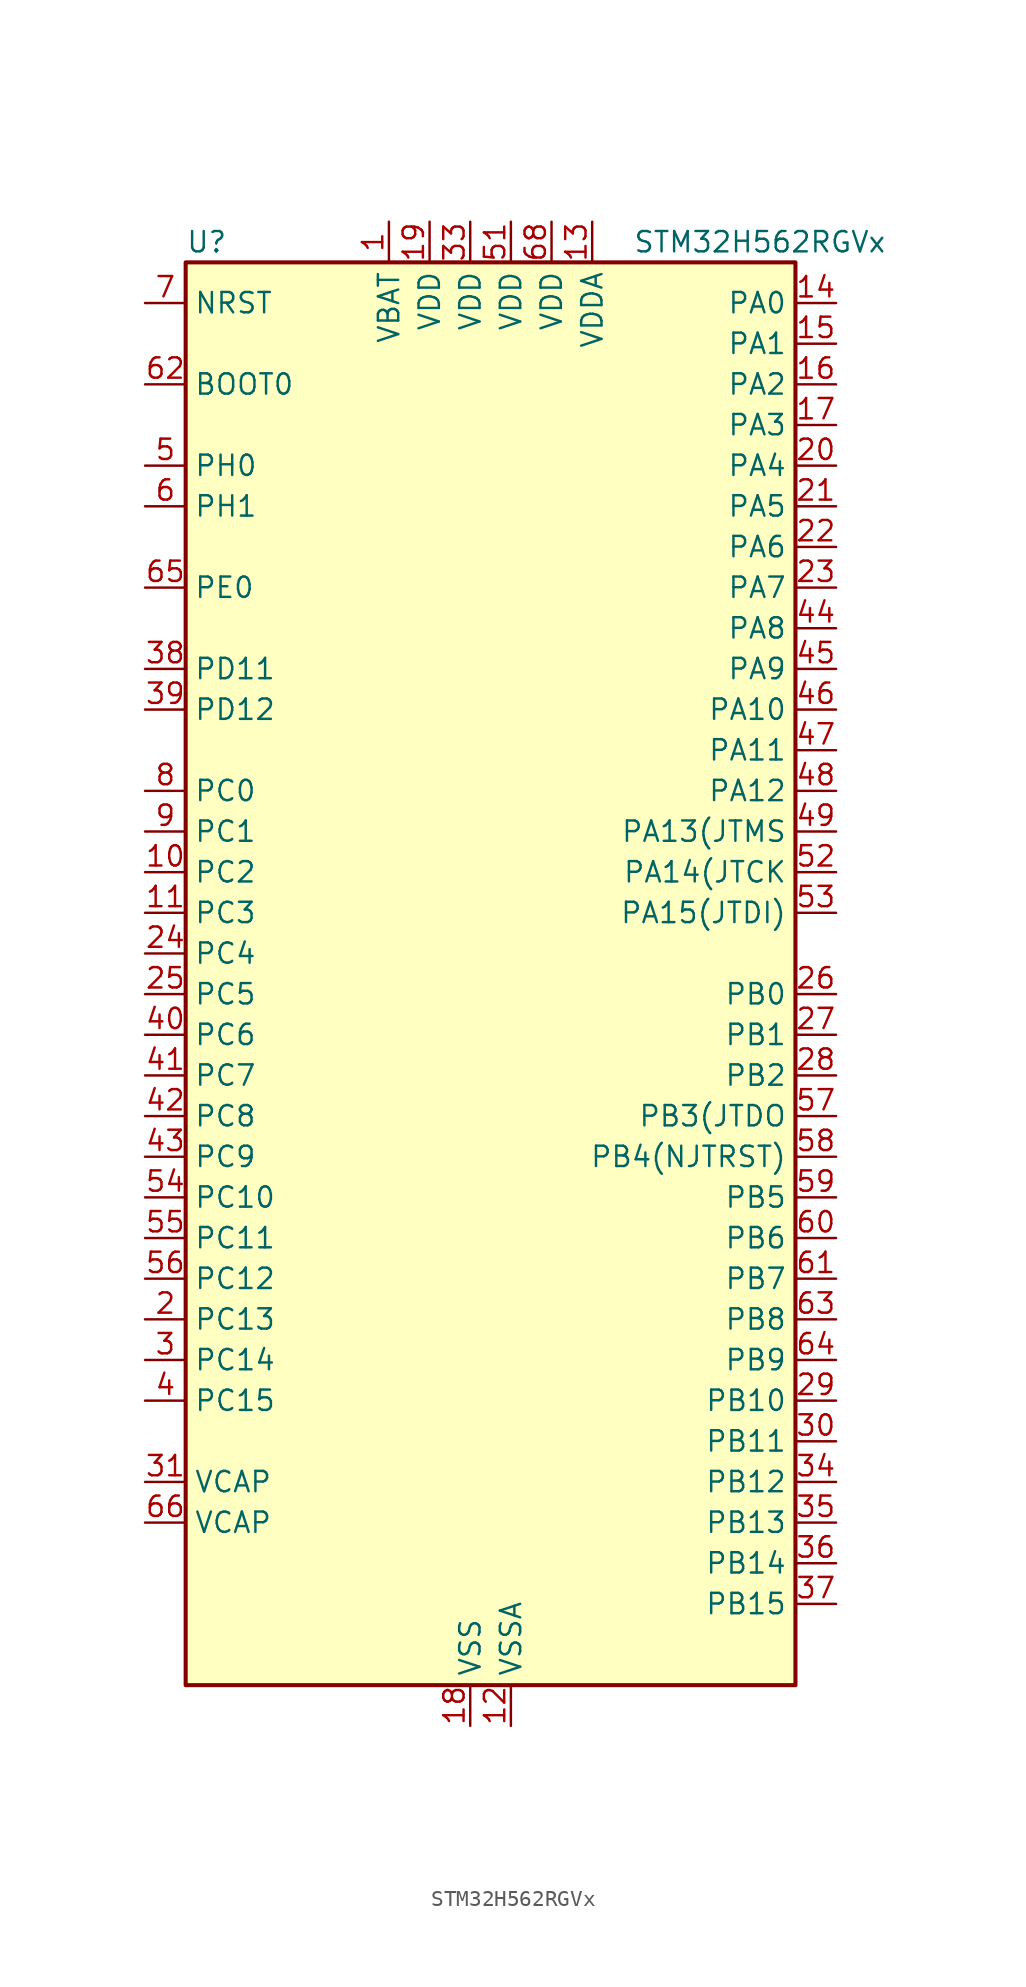
<source format=kicad_sym>
(kicad_symbol_lib
  (version 20231120)
  (generator "kicad-library-utils")
  (generator_version "8.0")
  (symbol "STM32H562RGVx"
    (property "Reference" "U"
      (at -17.78 46.99 0)
      (effects (font (size 1.27 1.27)) (justify left)))
    (property "Value" "STM32H562RGVx"
      (at 10.16 46.99 0)
      (effects (font (size 1.27 1.27)) (justify left)))
    (symbol "STM32H562RGVx_0_1"
      (rectangle (start -17.78 -43.18) (end 20.32 45.72) (stroke (width 0.254) (type default)) (fill (type background))))
    (symbol "STM32H562RGVx_1_1"
      (pin power_in line (at -5.08 48.26 270) (length 2.54) (name "VBAT" (effects (font (size 1.27 1.27)))) (number "1" (effects (font (size 1.27 1.27)))))
      (pin bidirectional line (at -20.32 7.62 0) (length 2.54) (name "PC2" (effects (font (size 1.27 1.27)))) (number "10" (effects (font (size 1.27 1.27)))) (alternate "ADC1_INN11" bidirectional line) (alternate "ADC1_INP12" bidirectional line) (alternate "ADC2_INN11" bidirectional line) (alternate "ADC2_INP12" bidirectional line) (alternate "I2S2_SDI" bidirectional line) (alternate "OCTOSPI1_IO2" bidirectional line) (alternate "OCTOSPI1_IO5" bidirectional line) (alternate "PWR_CSLEEP" bidirectional line) (alternate "SPI2_MISO" bidirectional line) (alternate "TIM17_CH1" bidirectional line) (alternate "TIM4_CH4" bidirectional line))
      (pin bidirectional line (at -20.32 5.08 0) (length 2.54) (name "PC3" (effects (font (size 1.27 1.27)))) (number "11" (effects (font (size 1.27 1.27)))) (alternate "ADC1_INN12" bidirectional line) (alternate "ADC1_INP13" bidirectional line) (alternate "ADC2_INN12" bidirectional line) (alternate "ADC2_INP13" bidirectional line) (alternate "I2S2_SDO" bidirectional line) (alternate "LPTIM3_CH1" bidirectional line) (alternate "OCTOSPI1_IO0" bidirectional line) (alternate "OCTOSPI1_IO6" bidirectional line) (alternate "PWR_CSTOP" bidirectional line) (alternate "SAI1_D3" bidirectional line) (alternate "SPI2_MOSI" bidirectional line))
      (pin power_in line (at 2.54 -45.72 90) (length 2.54) (name "VSSA" (effects (font (size 1.27 1.27)))) (number "12" (effects (font (size 1.27 1.27)))))
      (pin power_in line (at 7.62 48.26 270) (length 2.54) (name "VDDA" (effects (font (size 1.27 1.27)))) (number "13" (effects (font (size 1.27 1.27)))))
      (pin bidirectional line (at 22.86 43.18 180) (length 2.54) (name "PA0" (effects (font (size 1.27 1.27)))) (number "14" (effects (font (size 1.27 1.27)))) (alternate "ADC1_INN1" bidirectional line) (alternate "ADC1_INP0" bidirectional line) (alternate "ADC2_INN1" bidirectional line) (alternate "ADC2_INP0" bidirectional line) (alternate "PWR_WKUP1" bidirectional line) (alternate "SAI2_SD_B" bidirectional line) (alternate "SPI3_RDY" bidirectional line) (alternate "SPI6_NSS" bidirectional line) (alternate "TAMP_IN2" bidirectional line) (alternate "TAMP_OUT1" bidirectional line) (alternate "TIM15_BKIN" bidirectional line) (alternate "TIM2_CH1" bidirectional line) (alternate "TIM2_ETR" bidirectional line) (alternate "TIM5_CH1" bidirectional line) (alternate "TIM8_ETR" bidirectional line) (alternate "UART4_TX" bidirectional line) (alternate "USART2_CTS" bidirectional line) (alternate "USART2_NSS" bidirectional line))
      (pin bidirectional line (at 22.86 40.64 180) (length 2.54) (name "PA1" (effects (font (size 1.27 1.27)))) (number "15" (effects (font (size 1.27 1.27)))) (alternate "ADC1_INP1" bidirectional line) (alternate "ADC2_INP1" bidirectional line) (alternate "LPTIM1_IN1" bidirectional line) (alternate "OCTOSPI1_DQS" bidirectional line) (alternate "OCTOSPI1_IO3" bidirectional line) (alternate "SAI2_MCLK_B" bidirectional line) (alternate "TAMP_IN5" bidirectional line) (alternate "TAMP_OUT4" bidirectional line) (alternate "TIM15_CH1N" bidirectional line) (alternate "TIM2_CH2" bidirectional line) (alternate "TIM5_CH2" bidirectional line) (alternate "UART4_RX" bidirectional line) (alternate "USART2_RTS" bidirectional line))
      (pin bidirectional line (at 22.86 38.1 180) (length 2.54) (name "PA2" (effects (font (size 1.27 1.27)))) (number "16" (effects (font (size 1.27 1.27)))) (alternate "ADC1_INP14" bidirectional line) (alternate "ADC2_INP14" bidirectional line) (alternate "LPTIM1_IN2" bidirectional line) (alternate "PWR_WKUP2" bidirectional line) (alternate "SAI2_SCK_B" bidirectional line) (alternate "TAMP_IN4" bidirectional line) (alternate "TAMP_OUT3" bidirectional line) (alternate "TIM15_CH1" bidirectional line) (alternate "TIM2_CH3" bidirectional line) (alternate "TIM5_CH3" bidirectional line) (alternate "USART2_TX" bidirectional line))
      (pin bidirectional line (at 22.86 35.56 180) (length 2.54) (name "PA3" (effects (font (size 1.27 1.27)))) (number "17" (effects (font (size 1.27 1.27)))) (alternate "ADC1_INP15" bidirectional line) (alternate "ADC2_INP15" bidirectional line) (alternate "I2S2_WS" bidirectional line) (alternate "OCTOSPI1_CLK" bidirectional line) (alternate "SAI1_SD_B" bidirectional line) (alternate "SPI2_NSS" bidirectional line) (alternate "TIM15_CH2" bidirectional line) (alternate "TIM2_CH4" bidirectional line) (alternate "TIM5_CH4" bidirectional line) (alternate "USART2_RX" bidirectional line))
      (pin power_in line (at 0 -45.72 90) (length 2.54) (name "VSS" (effects (font (size 1.27 1.27)))) (number "18" (effects (font (size 1.27 1.27)))))
      (pin power_in line (at -2.54 48.26 270) (length 2.54) (name "VDD" (effects (font (size 1.27 1.27)))) (number "19" (effects (font (size 1.27 1.27)))))
      (pin bidirectional line (at -20.32 -20.32 0) (length 2.54) (name "PC13" (effects (font (size 1.27 1.27)))) (number "2" (effects (font (size 1.27 1.27)))) (alternate "PWR_WKUP4" bidirectional line) (alternate "RTC_OUT1" bidirectional line) (alternate "RTC_TS" bidirectional line) (alternate "TAMP_IN1" bidirectional line) (alternate "TAMP_OUT2" bidirectional line) (alternate "TAMP_OUT3" bidirectional line))
      (pin bidirectional line (at 22.86 33.02 180) (length 2.54) (name "PA4" (effects (font (size 1.27 1.27)))) (number "20" (effects (font (size 1.27 1.27)))) (alternate "ADC1_INP18" bidirectional line) (alternate "ADC2_INP18" bidirectional line) (alternate "DAC1_OUT1" bidirectional line) (alternate "DCMI_HSYNC" bidirectional line) (alternate "I2S1_WS" bidirectional line) (alternate "I2S3_WS" bidirectional line) (alternate "LPTIM2_CH1" bidirectional line) (alternate "PSSI_DE" bidirectional line) (alternate "SPI1_NSS" bidirectional line) (alternate "SPI3_NSS" bidirectional line) (alternate "SPI6_NSS" bidirectional line) (alternate "TIM5_ETR" bidirectional line) (alternate "USART2_CK" bidirectional line))
      (pin bidirectional line (at 22.86 30.48 180) (length 2.54) (name "PA5" (effects (font (size 1.27 1.27)))) (number "21" (effects (font (size 1.27 1.27)))) (alternate "ADC1_INN18" bidirectional line) (alternate "ADC1_INP19" bidirectional line) (alternate "ADC2_INN18" bidirectional line) (alternate "ADC2_INP19" bidirectional line) (alternate "DAC1_OUT2" bidirectional line) (alternate "I2S1_CK" bidirectional line) (alternate "PSSI_D14" bidirectional line) (alternate "SPI1_SCK" bidirectional line) (alternate "SPI6_SCK" bidirectional line) (alternate "TIM2_CH1" bidirectional line) (alternate "TIM2_ETR" bidirectional line) (alternate "TIM8_CH1N" bidirectional line))
      (pin bidirectional line (at 22.86 27.94 180) (length 2.54) (name "PA6" (effects (font (size 1.27 1.27)))) (number "22" (effects (font (size 1.27 1.27)))) (alternate "ADC1_INP3" bidirectional line) (alternate "ADC2_INP3" bidirectional line) (alternate "DCMI_PIXCLK" bidirectional line) (alternate "I2S1_SDI" bidirectional line) (alternate "OCTOSPI1_IO3" bidirectional line) (alternate "PSSI_PDCK" bidirectional line) (alternate "SPI1_MISO" bidirectional line) (alternate "SPI6_MISO" bidirectional line) (alternate "TIM13_CH1" bidirectional line) (alternate "TIM1_BKIN" bidirectional line) (alternate "TIM3_CH1" bidirectional line) (alternate "TIM8_BKIN" bidirectional line) (alternate "USART11_TX" bidirectional line))
      (pin bidirectional line (at 22.86 25.4 180) (length 2.54) (name "PA7" (effects (font (size 1.27 1.27)))) (number "23" (effects (font (size 1.27 1.27)))) (alternate "ADC1_INN3" bidirectional line) (alternate "ADC1_INP7" bidirectional line) (alternate "ADC2_INN3" bidirectional line) (alternate "ADC2_INP7" bidirectional line) (alternate "I2S1_SDO" bidirectional line) (alternate "OCTOSPI1_IO2" bidirectional line) (alternate "SPI1_MOSI" bidirectional line) (alternate "SPI6_MOSI" bidirectional line) (alternate "TIM14_CH1" bidirectional line) (alternate "TIM1_CH1N" bidirectional line) (alternate "TIM3_CH2" bidirectional line) (alternate "TIM8_CH1N" bidirectional line) (alternate "USART11_RX" bidirectional line))
      (pin bidirectional line (at -20.32 2.54 0) (length 2.54) (name "PC4" (effects (font (size 1.27 1.27)))) (number "24" (effects (font (size 1.27 1.27)))) (alternate "ADC1_INP4" bidirectional line) (alternate "ADC2_INP4" bidirectional line) (alternate "I2S1_MCK" bidirectional line) (alternate "LPTIM2_ETR" bidirectional line) (alternate "SAI1_CK1" bidirectional line) (alternate "TIM2_CH4" bidirectional line) (alternate "USART3_RX" bidirectional line))
      (pin bidirectional line (at -20.32 0 0) (length 2.54) (name "PC5" (effects (font (size 1.27 1.27)))) (number "25" (effects (font (size 1.27 1.27)))) (alternate "ADC1_INN4" bidirectional line) (alternate "ADC1_INP8" bidirectional line) (alternate "ADC2_INN4" bidirectional line) (alternate "ADC2_INP8" bidirectional line) (alternate "OCTOSPI1_DQS" bidirectional line) (alternate "PSSI_D15" bidirectional line) (alternate "SAI1_D3" bidirectional line) (alternate "SAI1_FS_A" bidirectional line) (alternate "TIM1_CH4N" bidirectional line))
      (pin bidirectional line (at 22.86 0 180) (length 2.54) (name "PB0" (effects (font (size 1.27 1.27)))) (number "26" (effects (font (size 1.27 1.27)))) (alternate "ADC1_INN5" bidirectional line) (alternate "ADC1_INP9" bidirectional line) (alternate "ADC2_INN5" bidirectional line) (alternate "ADC2_INP9" bidirectional line) (alternate "LPTIM3_CH1" bidirectional line) (alternate "OCTOSPI1_IO1" bidirectional line) (alternate "TIM1_CH2N" bidirectional line) (alternate "TIM3_CH3" bidirectional line) (alternate "TIM8_CH2N" bidirectional line) (alternate "UART4_CTS" bidirectional line) (alternate "USART11_CK" bidirectional line))
      (pin bidirectional line (at 22.86 -2.54 180) (length 2.54) (name "PB1" (effects (font (size 1.27 1.27)))) (number "27" (effects (font (size 1.27 1.27)))) (alternate "ADC1_INP5" bidirectional line) (alternate "ADC2_INP5" bidirectional line) (alternate "LPTIM3_CH2" bidirectional line) (alternate "OCTOSPI1_IO0" bidirectional line) (alternate "TIM1_CH3N" bidirectional line) (alternate "TIM3_CH4" bidirectional line) (alternate "TIM8_CH3N" bidirectional line))
      (pin bidirectional line (at 22.86 -5.08 180) (length 2.54) (name "PB2" (effects (font (size 1.27 1.27)))) (number "28" (effects (font (size 1.27 1.27)))) (alternate "I2S3_SDO" bidirectional line) (alternate "LPTIM1_CH1" bidirectional line) (alternate "LPTIM5_ETR" bidirectional line) (alternate "OCTOSPI1_CLK" bidirectional line) (alternate "OCTOSPI1_DQS" bidirectional line) (alternate "RCC_LSCO" bidirectional line) (alternate "RTC_OUT2" bidirectional line) (alternate "SAI1_D1" bidirectional line) (alternate "SAI1_SD_A" bidirectional line) (alternate "SDMMC1_CMD" bidirectional line) (alternate "SPI1_RDY" bidirectional line) (alternate "SPI3_MOSI" bidirectional line) (alternate "TIM8_CH4N" bidirectional line))
      (pin bidirectional line (at 22.86 -25.4 180) (length 2.54) (name "PB10" (effects (font (size 1.27 1.27)))) (number "29" (effects (font (size 1.27 1.27)))) (alternate "I2C2_SCL" bidirectional line) (alternate "I2S2_CK" bidirectional line) (alternate "LPTIM2_IN1" bidirectional line) (alternate "LPTIM3_CH1" bidirectional line) (alternate "OCTOSPI1_NCS" bidirectional line) (alternate "SPI2_SCK" bidirectional line) (alternate "TIM2_CH3" bidirectional line) (alternate "USART3_TX" bidirectional line))
      (pin bidirectional line (at -20.32 -22.86 0) (length 2.54) (name "PC14" (effects (font (size 1.27 1.27)))) (number "3" (effects (font (size 1.27 1.27)))) (alternate "RCC_OSC32_IN" bidirectional line))
      (pin bidirectional line (at 22.86 -27.94 180) (length 2.54) (name "PB11" (effects (font (size 1.27 1.27)))) (number "30" (effects (font (size 1.27 1.27)))) (alternate "ADC1_EXTI11" bidirectional line) (alternate "ADC2_EXTI11" bidirectional line) (alternate "I2C2_SDA" bidirectional line) (alternate "LPTIM2_ETR" bidirectional line) (alternate "SPI2_RDY" bidirectional line) (alternate "TIM2_CH4" bidirectional line) (alternate "USART3_RX" bidirectional line))
      (pin power_out line (at -20.32 -30.48 0) (length 2.54) (name "VCAP" (effects (font (size 1.27 1.27)))) (number "31" (effects (font (size 1.27 1.27)))))
      (pin passive line (at 0 -45.72 90) (length 2.54) hide (name "VSS" (effects (font (size 1.27 1.27)))) (number "32" (effects (font (size 1.27 1.27)))))
      (pin power_in line (at 0 48.26 270) (length 2.54) (name "VDD" (effects (font (size 1.27 1.27)))) (number "33" (effects (font (size 1.27 1.27)))))
      (pin bidirectional line (at 22.86 -30.48 180) (length 2.54) (name "PB12" (effects (font (size 1.27 1.27)))) (number "34" (effects (font (size 1.27 1.27)))) (alternate "I2C2_SDA" bidirectional line) (alternate "I2S2_WS" bidirectional line) (alternate "OCTOSPI1_NCLK" bidirectional line) (alternate "SPI2_NSS" bidirectional line) (alternate "TIM1_BKIN" bidirectional line) (alternate "UART5_RX" bidirectional line) (alternate "UCPD1_FRSTX" bidirectional line) (alternate "USART3_CK" bidirectional line))
      (pin bidirectional line (at 22.86 -33.02 180) (length 2.54) (name "PB13" (effects (font (size 1.27 1.27)))) (number "35" (effects (font (size 1.27 1.27)))) (alternate "I2C2_SMBA" bidirectional line) (alternate "I2S2_CK" bidirectional line) (alternate "LPTIM2_CH1" bidirectional line) (alternate "LPTIM3_IN1" bidirectional line) (alternate "SDMMC1_D0" bidirectional line) (alternate "SPI2_SCK" bidirectional line) (alternate "TIM1_CH1N" bidirectional line) (alternate "UART5_TX" bidirectional line) (alternate "UCPD1_CC1" bidirectional line) (alternate "USART3_CTS" bidirectional line) (alternate "USART3_NSS" bidirectional line))
      (pin bidirectional line (at 22.86 -35.56 180) (length 2.54) (name "PB14" (effects (font (size 1.27 1.27)))) (number "36" (effects (font (size 1.27 1.27)))) (alternate "I2S2_SDI" bidirectional line) (alternate "LPTIM3_ETR" bidirectional line) (alternate "SPI2_MISO" bidirectional line) (alternate "TIM12_CH1" bidirectional line) (alternate "TIM1_CH2N" bidirectional line) (alternate "TIM8_CH2N" bidirectional line) (alternate "UART4_DE" bidirectional line) (alternate "UART4_RTS" bidirectional line) (alternate "UCPD1_CC2" bidirectional line) (alternate "USART1_TX" bidirectional line) (alternate "USART3_RTS" bidirectional line))
      (pin bidirectional line (at 22.86 -38.1 180) (length 2.54) (name "PB15" (effects (font (size 1.27 1.27)))) (number "37" (effects (font (size 1.27 1.27)))) (alternate "ADC1_EXTI15" bidirectional line) (alternate "ADC2_EXTI15" bidirectional line) (alternate "DCMI_D2" bidirectional line) (alternate "I2S2_SDO" bidirectional line) (alternate "OCTOSPI1_CLK" bidirectional line) (alternate "PSSI_D2" bidirectional line) (alternate "PWR_PVD_IN" bidirectional line) (alternate "RTC_REFIN" bidirectional line) (alternate "SPI2_MOSI" bidirectional line) (alternate "TIM12_CH2" bidirectional line) (alternate "TIM1_CH3N" bidirectional line) (alternate "TIM8_CH3N" bidirectional line) (alternate "UART4_CTS" bidirectional line) (alternate "UART5_RX" bidirectional line) (alternate "USART11_CTS" bidirectional line) (alternate "USART11_NSS" bidirectional line) (alternate "USART1_RX" bidirectional line))
      (pin bidirectional line (at -20.32 20.32 0) (length 2.54) (name "PD11" (effects (font (size 1.27 1.27)))) (number "38" (effects (font (size 1.27 1.27)))) (alternate "ADC1_EXTI11" bidirectional line) (alternate "ADC2_EXTI11" bidirectional line) (alternate "I2C4_SMBA" bidirectional line) (alternate "LPTIM2_IN2" bidirectional line) (alternate "OCTOSPI1_IO0" bidirectional line) (alternate "SAI1_CK1" bidirectional line) (alternate "SAI2_SD_A" bidirectional line) (alternate "UART4_RX" bidirectional line) (alternate "USART3_CTS" bidirectional line) (alternate "USART3_NSS" bidirectional line))
      (pin bidirectional line (at -20.32 17.78 0) (length 2.54) (name "PD12" (effects (font (size 1.27 1.27)))) (number "39" (effects (font (size 1.27 1.27)))) (alternate "DCMI_D12" bidirectional line) (alternate "I2C4_SCL" bidirectional line) (alternate "I3C1_SCL" bidirectional line) (alternate "LPTIM1_IN1" bidirectional line) (alternate "LPTIM2_IN1" bidirectional line) (alternate "OCTOSPI1_IO1" bidirectional line) (alternate "PSSI_D12" bidirectional line) (alternate "SAI1_D1" bidirectional line) (alternate "SAI2_FS_A" bidirectional line) (alternate "TIM4_CH1" bidirectional line) (alternate "UART4_TX" bidirectional line) (alternate "USART3_RTS" bidirectional line))
      (pin bidirectional line (at -20.32 -25.4 0) (length 2.54) (name "PC15" (effects (font (size 1.27 1.27)))) (number "4" (effects (font (size 1.27 1.27)))) (alternate "ADC1_EXTI15" bidirectional line) (alternate "ADC2_EXTI15" bidirectional line) (alternate "RCC_OSC32_OUT" bidirectional line))
      (pin bidirectional line (at -20.32 -2.54 0) (length 2.54) (name "PC6" (effects (font (size 1.27 1.27)))) (number "40" (effects (font (size 1.27 1.27)))) (alternate "DCMI_D0" bidirectional line) (alternate "I2S2_MCK" bidirectional line) (alternate "OCTOSPI1_IO5" bidirectional line) (alternate "PSSI_D0" bidirectional line) (alternate "SAI1_SCK_A" bidirectional line) (alternate "SDMMC1_D0DIR" bidirectional line) (alternate "SDMMC1_D6" bidirectional line) (alternate "TIM3_CH1" bidirectional line) (alternate "TIM8_CH1" bidirectional line) (alternate "USART6_TX" bidirectional line))
      (pin bidirectional line (at -20.32 -5.08 0) (length 2.54) (name "PC7" (effects (font (size 1.27 1.27)))) (number "41" (effects (font (size 1.27 1.27)))) (alternate "DCMI_D1" bidirectional line) (alternate "DEBUG_TRGIO" bidirectional line) (alternate "I2S3_MCK" bidirectional line) (alternate "OCTOSPI1_IO6" bidirectional line) (alternate "PSSI_D1" bidirectional line) (alternate "SDMMC1_D123DIR" bidirectional line) (alternate "SDMMC1_D7" bidirectional line) (alternate "TIM3_CH2" bidirectional line) (alternate "TIM8_CH2" bidirectional line) (alternate "USART6_RX" bidirectional line))
      (pin bidirectional line (at -20.32 -7.62 0) (length 2.54) (name "PC8" (effects (font (size 1.27 1.27)))) (number "42" (effects (font (size 1.27 1.27)))) (alternate "DCMI_D2" bidirectional line) (alternate "DEBUG_TRACED1" bidirectional line) (alternate "PSSI_D2" bidirectional line) (alternate "SDMMC1_D0" bidirectional line) (alternate "TIM3_CH3" bidirectional line) (alternate "TIM8_CH3" bidirectional line) (alternate "UART5_DE" bidirectional line) (alternate "UART5_RTS" bidirectional line) (alternate "USART6_CK" bidirectional line))
      (pin bidirectional line (at -20.32 -10.16 0) (length 2.54) (name "PC9" (effects (font (size 1.27 1.27)))) (number "43" (effects (font (size 1.27 1.27)))) (alternate "AUDIOCLK" bidirectional line) (alternate "DAC1_EXTI9" bidirectional line) (alternate "DCMI_D3" bidirectional line) (alternate "I2C3_SDA" bidirectional line) (alternate "OCTOSPI1_IO0" bidirectional line) (alternate "PSSI_D3" bidirectional line) (alternate "RCC_MCO_2" bidirectional line) (alternate "SDMMC1_D1" bidirectional line) (alternate "TIM3_CH4" bidirectional line) (alternate "TIM8_CH4" bidirectional line) (alternate "UART5_CTS" bidirectional line) (alternate "UCPD1_DB2" bidirectional line))
      (pin bidirectional line (at 22.86 22.86 180) (length 2.54) (name "PA8" (effects (font (size 1.27 1.27)))) (number "44" (effects (font (size 1.27 1.27)))) (alternate "DCMI_D3" bidirectional line) (alternate "I2C3_SCL" bidirectional line) (alternate "PSSI_D3" bidirectional line) (alternate "RCC_MCO_1" bidirectional line) (alternate "SPI1_RDY" bidirectional line) (alternate "TIM1_CH1" bidirectional line) (alternate "TIM8_BKIN2" bidirectional line) (alternate "UART7_RX" bidirectional line) (alternate "USART1_CK" bidirectional line) (alternate "USB_SOF" bidirectional line))
      (pin bidirectional line (at 22.86 20.32 180) (length 2.54) (name "PA9" (effects (font (size 1.27 1.27)))) (number "45" (effects (font (size 1.27 1.27)))) (alternate "DAC1_EXTI9" bidirectional line) (alternate "DCMI_D0" bidirectional line) (alternate "I2C3_SMBA" bidirectional line) (alternate "I2S2_CK" bidirectional line) (alternate "LPUART1_TX" bidirectional line) (alternate "PSSI_D0" bidirectional line) (alternate "SPI2_SCK" bidirectional line) (alternate "TIM1_CH2" bidirectional line) (alternate "UCPD1_DB1" bidirectional line) (alternate "USART1_TX" bidirectional line))
      (pin bidirectional line (at 22.86 17.78 180) (length 2.54) (name "PA10" (effects (font (size 1.27 1.27)))) (number "46" (effects (font (size 1.27 1.27)))) (alternate "DCMI_D1" bidirectional line) (alternate "LPTIM2_IN2" bidirectional line) (alternate "LPUART1_RX" bidirectional line) (alternate "PSSI_D1" bidirectional line) (alternate "SDMMC1_D0" bidirectional line) (alternate "TIM1_CH3" bidirectional line) (alternate "UCPD1_FRSTX" bidirectional line) (alternate "USART1_RX" bidirectional line))
      (pin bidirectional line (at 22.86 15.24 180) (length 2.54) (name "PA11" (effects (font (size 1.27 1.27)))) (number "47" (effects (font (size 1.27 1.27)))) (alternate "ADC1_EXTI11" bidirectional line) (alternate "ADC2_EXTI11" bidirectional line) (alternate "FDCAN1_RX" bidirectional line) (alternate "I2S2_WS" bidirectional line) (alternate "LPUART1_CTS" bidirectional line) (alternate "SPI2_NSS" bidirectional line) (alternate "TIM1_CH4" bidirectional line) (alternate "UART4_RX" bidirectional line) (alternate "USART1_CTS" bidirectional line) (alternate "USART1_NSS" bidirectional line) (alternate "USB_DM" bidirectional line))
      (pin bidirectional line (at 22.86 12.7 180) (length 2.54) (name "PA12" (effects (font (size 1.27 1.27)))) (number "48" (effects (font (size 1.27 1.27)))) (alternate "FDCAN1_TX" bidirectional line) (alternate "I2S2_CK" bidirectional line) (alternate "LPUART1_RTS" bidirectional line) (alternate "SAI2_FS_B" bidirectional line) (alternate "SPI2_SCK" bidirectional line) (alternate "TIM1_ETR" bidirectional line) (alternate "UART4_TX" bidirectional line) (alternate "USART1_RTS" bidirectional line) (alternate "USB_DP" bidirectional line))
      (pin bidirectional line (at 22.86 10.16 180) (length 2.54) (name "PA13(JTMS" (effects (font (size 1.27 1.27)))) (number "49" (effects (font (size 1.27 1.27)))) (alternate "DEBUG_JTMS-SWDIO" bidirectional line))
      (pin bidirectional line (at -20.32 33.02 0) (length 2.54) (name "PH0" (effects (font (size 1.27 1.27)))) (number "5" (effects (font (size 1.27 1.27)))) (alternate "RCC_OSC_IN" bidirectional line))
      (pin passive line (at 0 -45.72 90) (length 2.54) hide (name "VSS" (effects (font (size 1.27 1.27)))) (number "50" (effects (font (size 1.27 1.27)))))
      (pin power_in line (at 2.54 48.26 270) (length 2.54) (name "VDD" (effects (font (size 1.27 1.27)))) (number "51" (effects (font (size 1.27 1.27)))))
      (pin bidirectional line (at 22.86 7.62 180) (length 2.54) (name "PA14(JTCK" (effects (font (size 1.27 1.27)))) (number "52" (effects (font (size 1.27 1.27)))) (alternate "DEBUG_JTCK-SWCLK" bidirectional line))
      (pin bidirectional line (at 22.86 5.08 180) (length 2.54) (name "PA15(JTDI)" (effects (font (size 1.27 1.27)))) (number "53" (effects (font (size 1.27 1.27)))) (alternate "ADC1_EXTI15" bidirectional line) (alternate "ADC2_EXTI15" bidirectional line) (alternate "CEC" bidirectional line) (alternate "DCMI_D11" bidirectional line) (alternate "DEBUG_JTDI" bidirectional line) (alternate "I2S1_WS" bidirectional line) (alternate "I2S3_WS" bidirectional line) (alternate "LPTIM3_IN2" bidirectional line) (alternate "PSSI_D11" bidirectional line) (alternate "SPI1_NSS" bidirectional line) (alternate "SPI3_NSS" bidirectional line) (alternate "SPI6_NSS" bidirectional line) (alternate "TIM2_CH1" bidirectional line) (alternate "TIM2_ETR" bidirectional line) (alternate "UART4_DE" bidirectional line) (alternate "UART4_RTS" bidirectional line) (alternate "UART7_TX" bidirectional line))
      (pin bidirectional line (at -20.32 -12.7 0) (length 2.54) (name "PC10" (effects (font (size 1.27 1.27)))) (number "54" (effects (font (size 1.27 1.27)))) (alternate "DCMI_D8" bidirectional line) (alternate "I2S3_CK" bidirectional line) (alternate "LPTIM3_ETR" bidirectional line) (alternate "OCTOSPI1_IO1" bidirectional line) (alternate "PSSI_D8" bidirectional line) (alternate "SDMMC1_D2" bidirectional line) (alternate "SPI3_SCK" bidirectional line) (alternate "UART4_TX" bidirectional line) (alternate "USART3_TX" bidirectional line))
      (pin bidirectional line (at -20.32 -15.24 0) (length 2.54) (name "PC11" (effects (font (size 1.27 1.27)))) (number "55" (effects (font (size 1.27 1.27)))) (alternate "ADC1_EXTI11" bidirectional line) (alternate "ADC2_EXTI11" bidirectional line) (alternate "DCMI_D4" bidirectional line) (alternate "I2S3_SDI" bidirectional line) (alternate "LPTIM3_IN1" bidirectional line) (alternate "OCTOSPI1_NCS" bidirectional line) (alternate "PSSI_D4" bidirectional line) (alternate "SDMMC1_D3" bidirectional line) (alternate "SPI3_MISO" bidirectional line) (alternate "UART4_RX" bidirectional line) (alternate "USART3_RX" bidirectional line))
      (pin bidirectional line (at -20.32 -17.78 0) (length 2.54) (name "PC12" (effects (font (size 1.27 1.27)))) (number "56" (effects (font (size 1.27 1.27)))) (alternate "DCMI_D9" bidirectional line) (alternate "DEBUG_TRACED3" bidirectional line) (alternate "I2S3_SDO" bidirectional line) (alternate "PSSI_D9" bidirectional line) (alternate "SDMMC1_CK" bidirectional line) (alternate "SPI3_MOSI" bidirectional line) (alternate "SPI6_SCK" bidirectional line) (alternate "TIM15_CH1" bidirectional line) (alternate "UART5_TX" bidirectional line) (alternate "USART3_CK" bidirectional line))
      (pin bidirectional line (at 22.86 -7.62 180) (length 2.54) (name "PB3(JTDO" (effects (font (size 1.27 1.27)))) (number "57" (effects (font (size 1.27 1.27)))) (alternate "CRS_SYNC" bidirectional line) (alternate "DEBUG_JTDO-SWO" bidirectional line) (alternate "I2C2_SDA" bidirectional line) (alternate "I2S1_CK" bidirectional line) (alternate "I2S3_CK" bidirectional line) (alternate "LPTIM6_ETR" bidirectional line) (alternate "SPI1_SCK" bidirectional line) (alternate "SPI3_SCK" bidirectional line) (alternate "SPI6_SCK" bidirectional line) (alternate "TIM2_CH2" bidirectional line) (alternate "UART7_RX" bidirectional line))
      (pin bidirectional line (at 22.86 -10.16 180) (length 2.54) (name "PB4(NJTRST)" (effects (font (size 1.27 1.27)))) (number "58" (effects (font (size 1.27 1.27)))) (alternate "DCMI_D7" bidirectional line) (alternate "DEBUG_JTRST" bidirectional line) (alternate "I2S1_SDI" bidirectional line) (alternate "I2S2_WS" bidirectional line) (alternate "I2S3_SDI" bidirectional line) (alternate "LPTIM1_CH2" bidirectional line) (alternate "OCTOSPI1_CLK" bidirectional line) (alternate "PSSI_D7" bidirectional line) (alternate "SPI1_MISO" bidirectional line) (alternate "SPI2_NSS" bidirectional line) (alternate "SPI3_MISO" bidirectional line) (alternate "SPI6_MISO" bidirectional line) (alternate "TIM16_BKIN" bidirectional line) (alternate "TIM3_CH1" bidirectional line) (alternate "UART7_TX" bidirectional line))
      (pin bidirectional line (at 22.86 -12.7 180) (length 2.54) (name "PB5" (effects (font (size 1.27 1.27)))) (number "59" (effects (font (size 1.27 1.27)))) (alternate "DCMI_D10" bidirectional line) (alternate "I2C1_SMBA" bidirectional line) (alternate "I2C4_SMBA" bidirectional line) (alternate "I2S1_SDO" bidirectional line) (alternate "I2S3_SDO" bidirectional line) (alternate "OCTOSPI1_NCLK" bidirectional line) (alternate "PSSI_D10" bidirectional line) (alternate "SPI1_MOSI" bidirectional line) (alternate "SPI3_MOSI" bidirectional line) (alternate "SPI6_MOSI" bidirectional line) (alternate "TIM17_BKIN" bidirectional line) (alternate "TIM3_CH2" bidirectional line) (alternate "UART5_RX" bidirectional line))
      (pin bidirectional line (at -20.32 30.48 0) (length 2.54) (name "PH1" (effects (font (size 1.27 1.27)))) (number "6" (effects (font (size 1.27 1.27)))) (alternate "RCC_OSC_OUT" bidirectional line))
      (pin bidirectional line (at 22.86 -15.24 180) (length 2.54) (name "PB6" (effects (font (size 1.27 1.27)))) (number "60" (effects (font (size 1.27 1.27)))) (alternate "CEC" bidirectional line) (alternate "DCMI_D5" bidirectional line) (alternate "I2C1_SCL" bidirectional line) (alternate "I2C4_SCL" bidirectional line) (alternate "I3C1_SCL" bidirectional line) (alternate "LPUART1_TX" bidirectional line) (alternate "OCTOSPI1_NCS" bidirectional line) (alternate "PSSI_D5" bidirectional line) (alternate "TIM16_CH1N" bidirectional line) (alternate "TIM4_CH1" bidirectional line) (alternate "UART5_TX" bidirectional line) (alternate "USART1_TX" bidirectional line))
      (pin bidirectional line (at 22.86 -17.78 180) (length 2.54) (name "PB7" (effects (font (size 1.27 1.27)))) (number "61" (effects (font (size 1.27 1.27)))) (alternate "DCMI_VSYNC" bidirectional line) (alternate "FDCAN1_TX" bidirectional line) (alternate "I2C1_SDA" bidirectional line) (alternate "I2C4_SDA" bidirectional line) (alternate "I3C1_SDA" bidirectional line) (alternate "LPUART1_RX" bidirectional line) (alternate "PSSI_RDY" bidirectional line) (alternate "PWR_WKUP5" bidirectional line) (alternate "TIM17_CH1N" bidirectional line) (alternate "TIM4_CH2" bidirectional line) (alternate "USART1_RX" bidirectional line))
      (pin input line (at -20.32 38.1 0) (length 2.54) (name "BOOT0" (effects (font (size 1.27 1.27)))) (number "62" (effects (font (size 1.27 1.27)))))
      (pin bidirectional line (at 22.86 -20.32 180) (length 2.54) (name "PB8" (effects (font (size 1.27 1.27)))) (number "63" (effects (font (size 1.27 1.27)))) (alternate "DCMI_D6" bidirectional line) (alternate "FDCAN1_RX" bidirectional line) (alternate "I2C1_SCL" bidirectional line) (alternate "I2C4_SCL" bidirectional line) (alternate "I3C1_SCL" bidirectional line) (alternate "PSSI_D6" bidirectional line) (alternate "SDMMC1_CKIN" bidirectional line) (alternate "SDMMC1_D4" bidirectional line) (alternate "TIM16_CH1" bidirectional line) (alternate "TIM4_CH3" bidirectional line) (alternate "UART4_RX" bidirectional line))
      (pin bidirectional line (at 22.86 -22.86 180) (length 2.54) (name "PB9" (effects (font (size 1.27 1.27)))) (number "64" (effects (font (size 1.27 1.27)))) (alternate "DAC1_EXTI9" bidirectional line) (alternate "DCMI_D7" bidirectional line) (alternate "FDCAN1_TX" bidirectional line) (alternate "I2C1_SDA" bidirectional line) (alternate "I2C4_SDA" bidirectional line) (alternate "I2S2_WS" bidirectional line) (alternate "I3C1_SDA" bidirectional line) (alternate "PSSI_D7" bidirectional line) (alternate "SDMMC1_CDIR" bidirectional line) (alternate "SDMMC1_D5" bidirectional line) (alternate "SPI2_NSS" bidirectional line) (alternate "TIM17_CH1" bidirectional line) (alternate "TIM4_CH4" bidirectional line) (alternate "UART4_TX" bidirectional line))
      (pin bidirectional line (at -20.32 25.4 0) (length 2.54) (name "PE0" (effects (font (size 1.27 1.27)))) (number "65" (effects (font (size 1.27 1.27)))) (alternate "DCMI_D2" bidirectional line) (alternate "FDCAN1_RX" bidirectional line) (alternate "LPTIM1_ETR" bidirectional line) (alternate "LPTIM2_CH2" bidirectional line) (alternate "LPTIM2_ETR" bidirectional line) (alternate "PSSI_D2" bidirectional line) (alternate "SAI2_MCLK_A" bidirectional line) (alternate "SPI3_RDY" bidirectional line) (alternate "TIM4_ETR" bidirectional line))
      (pin power_out line (at -20.32 -33.02 0) (length 2.54) (name "VCAP" (effects (font (size 1.27 1.27)))) (number "66" (effects (font (size 1.27 1.27)))))
      (pin passive line (at 0 -45.72 90) (length 2.54) hide (name "VSS" (effects (font (size 1.27 1.27)))) (number "67" (effects (font (size 1.27 1.27)))))
      (pin power_in line (at 5.08 48.26 270) (length 2.54) (name "VDD" (effects (font (size 1.27 1.27)))) (number "68" (effects (font (size 1.27 1.27)))))
      (pin passive line (at 0 -45.72 90) (length 2.54) hide (name "VSS" (effects (font (size 1.27 1.27)))) (number "69" (effects (font (size 1.27 1.27)))))
      (pin input line (at -20.32 43.18 0) (length 2.54) (name "NRST" (effects (font (size 1.27 1.27)))) (number "7" (effects (font (size 1.27 1.27)))))
      (pin bidirectional line (at -20.32 12.7 0) (length 2.54) (name "PC0" (effects (font (size 1.27 1.27)))) (number "8" (effects (font (size 1.27 1.27)))) (alternate "ADC1_INP10" bidirectional line) (alternate "ADC2_INP10" bidirectional line) (alternate "OCTOSPI1_IO7" bidirectional line) (alternate "SAI1_MCLK_A" bidirectional line) (alternate "SAI2_FS_B" bidirectional line) (alternate "SPI2_RDY" bidirectional line) (alternate "TIM16_BKIN" bidirectional line))
      (pin bidirectional line (at -20.32 10.16 0) (length 2.54) (name "PC1" (effects (font (size 1.27 1.27)))) (number "9" (effects (font (size 1.27 1.27)))) (alternate "ADC1_INN10" bidirectional line) (alternate "ADC1_INP11" bidirectional line) (alternate "ADC2_INN10" bidirectional line) (alternate "ADC2_INP11" bidirectional line) (alternate "DEBUG_TRACED0" bidirectional line) (alternate "I2S2_SDO" bidirectional line) (alternate "OCTOSPI1_IO4" bidirectional line) (alternate "PWR_WKUP6" bidirectional line) (alternate "SAI1_D1" bidirectional line) (alternate "SAI1_SD_A" bidirectional line) (alternate "SAI2_SD_A" bidirectional line) (alternate "SPI2_MOSI" bidirectional line) (alternate "TAMP_IN3" bidirectional line) (alternate "TAMP_OUT5" bidirectional line) (alternate "USART11_RTS" bidirectional line)))))
</source>
